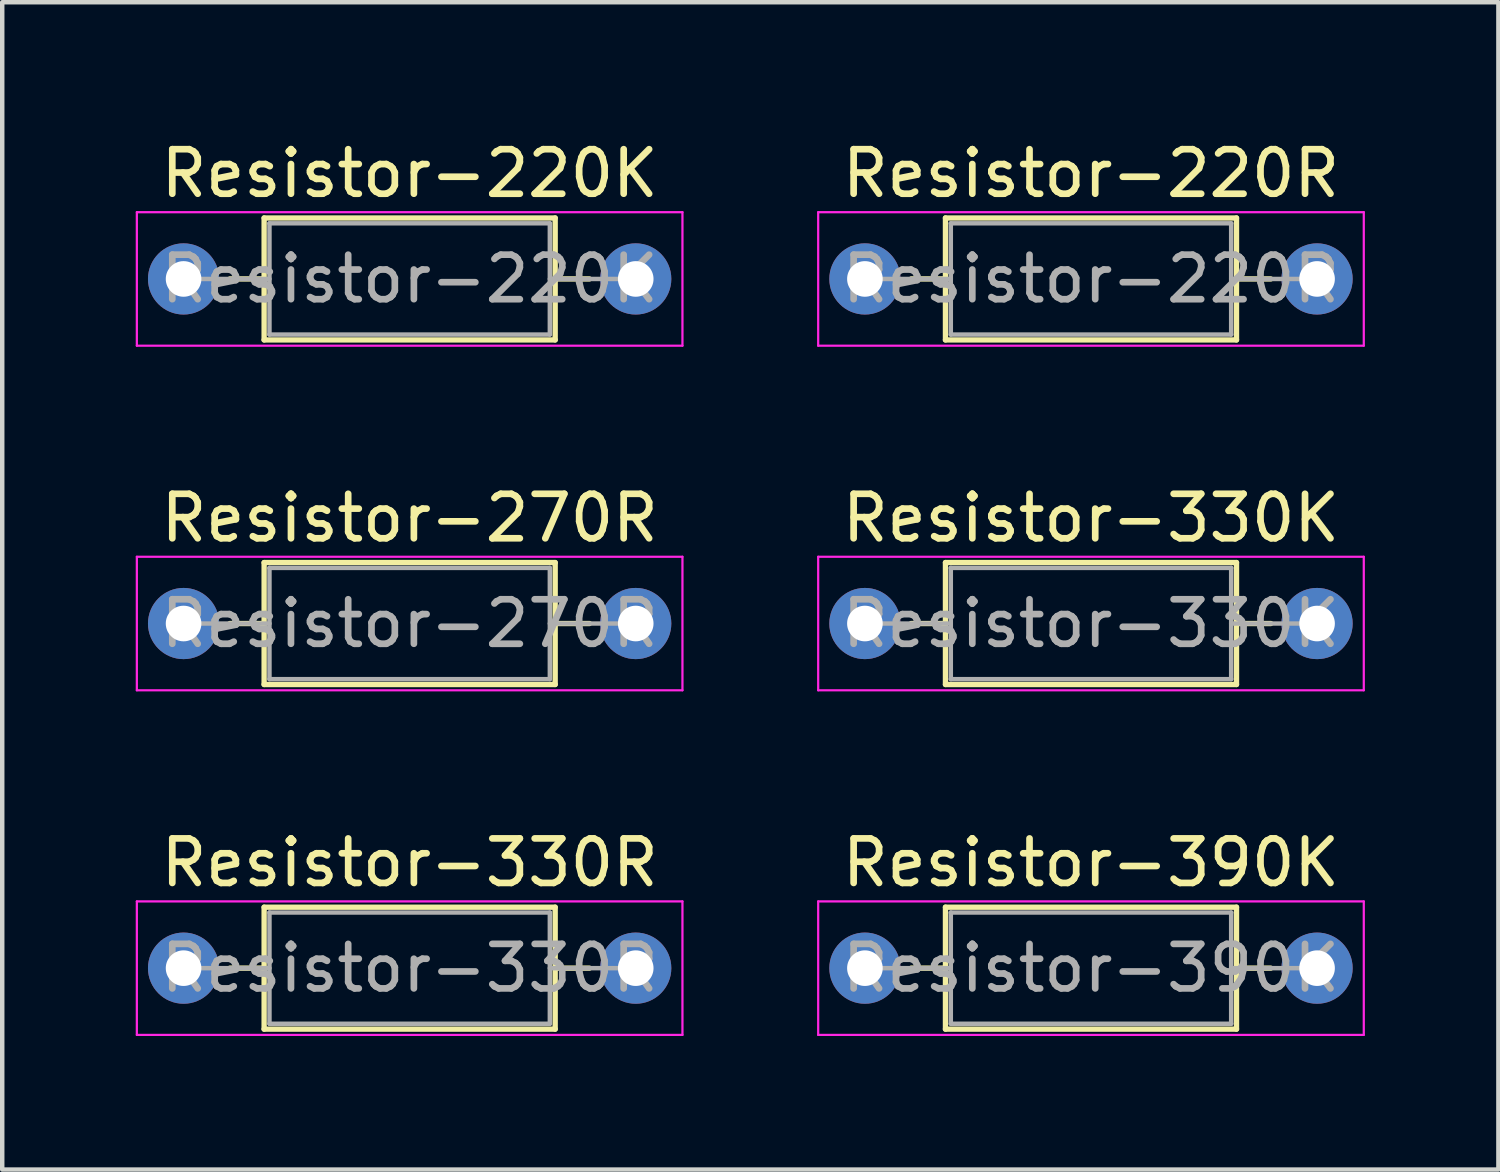
<source format=kicad_pcb>
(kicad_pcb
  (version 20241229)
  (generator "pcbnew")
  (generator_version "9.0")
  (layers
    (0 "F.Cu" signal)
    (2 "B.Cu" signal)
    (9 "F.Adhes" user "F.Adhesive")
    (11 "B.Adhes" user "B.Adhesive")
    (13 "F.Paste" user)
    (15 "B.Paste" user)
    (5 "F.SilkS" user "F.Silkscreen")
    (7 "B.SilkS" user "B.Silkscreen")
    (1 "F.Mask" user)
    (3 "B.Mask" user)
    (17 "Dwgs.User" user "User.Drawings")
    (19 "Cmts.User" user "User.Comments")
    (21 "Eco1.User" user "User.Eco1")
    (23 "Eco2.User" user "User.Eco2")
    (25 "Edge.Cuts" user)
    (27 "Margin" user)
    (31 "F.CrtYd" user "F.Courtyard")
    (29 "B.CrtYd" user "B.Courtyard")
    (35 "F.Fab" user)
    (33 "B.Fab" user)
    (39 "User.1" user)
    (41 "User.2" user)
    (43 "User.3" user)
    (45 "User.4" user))
  (footprint "Resistor-330R"
    (layer "F.Cu")
    (at 6.155 18.705)
    (property "Reference" "Resistor-330R" (at 0 -2.37 0) (layer "F.SilkS") (effects (font (size 1 1) (thickness 0.15))))
    (attr through_hole)
    (fp_line (start -4.04 0) (end -3.27 0) (stroke (width 0.12) (type solid)) (layer "F.SilkS"))
    (fp_line (start -3.27 -1.37) (end -3.27 1.37) (stroke (width 0.12) (type solid)) (layer "F.SilkS"))
    (fp_line (start -3.27 1.37) (end 3.27 1.37) (stroke (width 0.12) (type solid)) (layer "F.SilkS"))
    (fp_line (start 3.27 -1.37) (end -3.27 -1.37) (stroke (width 0.12) (type solid)) (layer "F.SilkS"))
    (fp_line (start 3.27 1.37) (end 3.27 -1.37) (stroke (width 0.12) (type solid)) (layer "F.SilkS"))
    (fp_line (start 4.04 0) (end 3.27 0) (stroke (width 0.12) (type solid)) (layer "F.SilkS"))
    (fp_line (start -6.13 -1.5) (end -6.13 1.5) (stroke (width 0.05) (type solid)) (layer "F.CrtYd"))
    (fp_line (start -6.13 1.5) (end 6.13 1.5) (stroke (width 0.05) (type solid)) (layer "F.CrtYd"))
    (fp_line (start 6.13 -1.5) (end -6.13 -1.5) (stroke (width 0.05) (type solid)) (layer "F.CrtYd"))
    (fp_line (start 6.13 1.5) (end 6.13 -1.5) (stroke (width 0.05) (type solid)) (layer "F.CrtYd"))
    (fp_line (start -5.08 0) (end -3.15 0) (stroke (width 0.1) (type solid)) (layer "F.Fab"))
    (fp_line (start -3.15 -1.25) (end -3.15 1.25) (stroke (width 0.1) (type solid)) (layer "F.Fab"))
    (fp_line (start -3.15 1.25) (end 3.15 1.25) (stroke (width 0.1) (type solid)) (layer "F.Fab"))
    (fp_line (start 3.15 -1.25) (end -3.15 -1.25) (stroke (width 0.1) (type solid)) (layer "F.Fab"))
    (fp_line (start 3.15 1.25) (end 3.15 -1.25) (stroke (width 0.1) (type solid)) (layer "F.Fab"))
    (fp_line (start 5.08 0) (end 3.15 0) (stroke (width 0.1) (type solid)) (layer "F.Fab"))
    (fp_text user "${REFERENCE}" (at 0 0 0) (layer "F.Fab") (effects (font (size 1 1) (thickness 0.15))))
    (pad "1" thru_hole circle (at -5.08 0) (size 1.6 1.6) (drill 0.8) (layers "*.Cu" "*.Mask"))
    (pad "2" thru_hole oval (at 5.08 0) (size 1.6 1.6) (drill 0.8) (layers "*.Cu" "*.Mask")))
  (footprint "Resistor-220K"
    (layer "F.Cu")
    (at 6.155 3.218)
    (property "Reference" "Resistor-220K" (at 0 -2.37 0) (layer "F.SilkS") (effects (font (size 1 1) (thickness 0.15))))
    (attr through_hole)
    (fp_line (start -4.04 0) (end -3.27 0) (stroke (width 0.12) (type solid)) (layer "F.SilkS"))
    (fp_line (start -3.27 -1.37) (end -3.27 1.37) (stroke (width 0.12) (type solid)) (layer "F.SilkS"))
    (fp_line (start -3.27 1.37) (end 3.27 1.37) (stroke (width 0.12) (type solid)) (layer "F.SilkS"))
    (fp_line (start 3.27 -1.37) (end -3.27 -1.37) (stroke (width 0.12) (type solid)) (layer "F.SilkS"))
    (fp_line (start 3.27 1.37) (end 3.27 -1.37) (stroke (width 0.12) (type solid)) (layer "F.SilkS"))
    (fp_line (start 4.04 0) (end 3.27 0) (stroke (width 0.12) (type solid)) (layer "F.SilkS"))
    (fp_line (start -6.13 -1.5) (end -6.13 1.5) (stroke (width 0.05) (type solid)) (layer "F.CrtYd"))
    (fp_line (start -6.13 1.5) (end 6.13 1.5) (stroke (width 0.05) (type solid)) (layer "F.CrtYd"))
    (fp_line (start 6.13 -1.5) (end -6.13 -1.5) (stroke (width 0.05) (type solid)) (layer "F.CrtYd"))
    (fp_line (start 6.13 1.5) (end 6.13 -1.5) (stroke (width 0.05) (type solid)) (layer "F.CrtYd"))
    (fp_line (start -5.08 0) (end -3.15 0) (stroke (width 0.1) (type solid)) (layer "F.Fab"))
    (fp_line (start -3.15 -1.25) (end -3.15 1.25) (stroke (width 0.1) (type solid)) (layer "F.Fab"))
    (fp_line (start -3.15 1.25) (end 3.15 1.25) (stroke (width 0.1) (type solid)) (layer "F.Fab"))
    (fp_line (start 3.15 -1.25) (end -3.15 -1.25) (stroke (width 0.1) (type solid)) (layer "F.Fab"))
    (fp_line (start 3.15 1.25) (end 3.15 -1.25) (stroke (width 0.1) (type solid)) (layer "F.Fab"))
    (fp_line (start 5.08 0) (end 3.15 0) (stroke (width 0.1) (type solid)) (layer "F.Fab"))
    (fp_text user "${REFERENCE}" (at 0 0 0) (layer "F.Fab") (effects (font (size 1 1) (thickness 0.15))))
    (pad "1" thru_hole circle (at -5.08 0) (size 1.6 1.6) (drill 0.8) (layers "*.Cu" "*.Mask"))
    (pad "2" thru_hole oval (at 5.08 0) (size 1.6 1.6) (drill 0.8) (layers "*.Cu" "*.Mask")))
  (footprint "Resistor-270R"
    (layer "F.Cu")
    (at 6.155 10.961)
    (property "Reference" "Resistor-270R" (at 0 -2.37 0) (layer "F.SilkS") (effects (font (size 1 1) (thickness 0.15))))
    (attr through_hole)
    (fp_line (start -4.04 0) (end -3.27 0) (stroke (width 0.12) (type solid)) (layer "F.SilkS"))
    (fp_line (start -3.27 -1.37) (end -3.27 1.37) (stroke (width 0.12) (type solid)) (layer "F.SilkS"))
    (fp_line (start -3.27 1.37) (end 3.27 1.37) (stroke (width 0.12) (type solid)) (layer "F.SilkS"))
    (fp_line (start 3.27 -1.37) (end -3.27 -1.37) (stroke (width 0.12) (type solid)) (layer "F.SilkS"))
    (fp_line (start 3.27 1.37) (end 3.27 -1.37) (stroke (width 0.12) (type solid)) (layer "F.SilkS"))
    (fp_line (start 4.04 0) (end 3.27 0) (stroke (width 0.12) (type solid)) (layer "F.SilkS"))
    (fp_line (start -6.13 -1.5) (end -6.13 1.5) (stroke (width 0.05) (type solid)) (layer "F.CrtYd"))
    (fp_line (start -6.13 1.5) (end 6.13 1.5) (stroke (width 0.05) (type solid)) (layer "F.CrtYd"))
    (fp_line (start 6.13 -1.5) (end -6.13 -1.5) (stroke (width 0.05) (type solid)) (layer "F.CrtYd"))
    (fp_line (start 6.13 1.5) (end 6.13 -1.5) (stroke (width 0.05) (type solid)) (layer "F.CrtYd"))
    (fp_line (start -5.08 0) (end -3.15 0) (stroke (width 0.1) (type solid)) (layer "F.Fab"))
    (fp_line (start -3.15 -1.25) (end -3.15 1.25) (stroke (width 0.1) (type solid)) (layer "F.Fab"))
    (fp_line (start -3.15 1.25) (end 3.15 1.25) (stroke (width 0.1) (type solid)) (layer "F.Fab"))
    (fp_line (start 3.15 -1.25) (end -3.15 -1.25) (stroke (width 0.1) (type solid)) (layer "F.Fab"))
    (fp_line (start 3.15 1.25) (end 3.15 -1.25) (stroke (width 0.1) (type solid)) (layer "F.Fab"))
    (fp_line (start 5.08 0) (end 3.15 0) (stroke (width 0.1) (type solid)) (layer "F.Fab"))
    (fp_text user "${REFERENCE}" (at 0 0 0) (layer "F.Fab") (effects (font (size 1 1) (thickness 0.15))))
    (pad "1" thru_hole circle (at -5.08 0) (size 1.6 1.6) (drill 0.8) (layers "*.Cu" "*.Mask"))
    (pad "2" thru_hole oval (at 5.08 0) (size 1.6 1.6) (drill 0.8) (layers "*.Cu" "*.Mask")))
  (footprint "Resistor-390K"
    (layer "F.Cu")
    (at 21.465 18.705)
    (property "Reference" "Resistor-390K" (at 0 -2.37 0) (layer "F.SilkS") (effects (font (size 1 1) (thickness 0.15))))
    (attr through_hole)
    (fp_line (start -4.04 0) (end -3.27 0) (stroke (width 0.12) (type solid)) (layer "F.SilkS"))
    (fp_line (start -3.27 -1.37) (end -3.27 1.37) (stroke (width 0.12) (type solid)) (layer "F.SilkS"))
    (fp_line (start -3.27 1.37) (end 3.27 1.37) (stroke (width 0.12) (type solid)) (layer "F.SilkS"))
    (fp_line (start 3.27 -1.37) (end -3.27 -1.37) (stroke (width 0.12) (type solid)) (layer "F.SilkS"))
    (fp_line (start 3.27 1.37) (end 3.27 -1.37) (stroke (width 0.12) (type solid)) (layer "F.SilkS"))
    (fp_line (start 4.04 0) (end 3.27 0) (stroke (width 0.12) (type solid)) (layer "F.SilkS"))
    (fp_line (start -6.13 -1.5) (end -6.13 1.5) (stroke (width 0.05) (type solid)) (layer "F.CrtYd"))
    (fp_line (start -6.13 1.5) (end 6.13 1.5) (stroke (width 0.05) (type solid)) (layer "F.CrtYd"))
    (fp_line (start 6.13 -1.5) (end -6.13 -1.5) (stroke (width 0.05) (type solid)) (layer "F.CrtYd"))
    (fp_line (start 6.13 1.5) (end 6.13 -1.5) (stroke (width 0.05) (type solid)) (layer "F.CrtYd"))
    (fp_line (start -5.08 0) (end -3.15 0) (stroke (width 0.1) (type solid)) (layer "F.Fab"))
    (fp_line (start -3.15 -1.25) (end -3.15 1.25) (stroke (width 0.1) (type solid)) (layer "F.Fab"))
    (fp_line (start -3.15 1.25) (end 3.15 1.25) (stroke (width 0.1) (type solid)) (layer "F.Fab"))
    (fp_line (start 3.15 -1.25) (end -3.15 -1.25) (stroke (width 0.1) (type solid)) (layer "F.Fab"))
    (fp_line (start 3.15 1.25) (end 3.15 -1.25) (stroke (width 0.1) (type solid)) (layer "F.Fab"))
    (fp_line (start 5.08 0) (end 3.15 0) (stroke (width 0.1) (type solid)) (layer "F.Fab"))
    (fp_text user "${REFERENCE}" (at 0 0 0) (layer "F.Fab") (effects (font (size 1 1) (thickness 0.15))))
    (pad "1" thru_hole circle (at -5.08 0) (size 1.6 1.6) (drill 0.8) (layers "*.Cu" "*.Mask"))
    (pad "2" thru_hole oval (at 5.08 0) (size 1.6 1.6) (drill 0.8) (layers "*.Cu" "*.Mask")))
  (footprint "Resistor-220R"
    (layer "F.Cu")
    (at 21.465 3.218)
    (property "Reference" "Resistor-220R" (at 0 -2.37 0) (layer "F.SilkS") (effects (font (size 1 1) (thickness 0.15))))
    (attr through_hole)
    (fp_line (start -4.04 0) (end -3.27 0) (stroke (width 0.12) (type solid)) (layer "F.SilkS"))
    (fp_line (start -3.27 -1.37) (end -3.27 1.37) (stroke (width 0.12) (type solid)) (layer "F.SilkS"))
    (fp_line (start -3.27 1.37) (end 3.27 1.37) (stroke (width 0.12) (type solid)) (layer "F.SilkS"))
    (fp_line (start 3.27 -1.37) (end -3.27 -1.37) (stroke (width 0.12) (type solid)) (layer "F.SilkS"))
    (fp_line (start 3.27 1.37) (end 3.27 -1.37) (stroke (width 0.12) (type solid)) (layer "F.SilkS"))
    (fp_line (start 4.04 0) (end 3.27 0) (stroke (width 0.12) (type solid)) (layer "F.SilkS"))
    (fp_line (start -6.13 -1.5) (end -6.13 1.5) (stroke (width 0.05) (type solid)) (layer "F.CrtYd"))
    (fp_line (start -6.13 1.5) (end 6.13 1.5) (stroke (width 0.05) (type solid)) (layer "F.CrtYd"))
    (fp_line (start 6.13 -1.5) (end -6.13 -1.5) (stroke (width 0.05) (type solid)) (layer "F.CrtYd"))
    (fp_line (start 6.13 1.5) (end 6.13 -1.5) (stroke (width 0.05) (type solid)) (layer "F.CrtYd"))
    (fp_line (start -5.08 0) (end -3.15 0) (stroke (width 0.1) (type solid)) (layer "F.Fab"))
    (fp_line (start -3.15 -1.25) (end -3.15 1.25) (stroke (width 0.1) (type solid)) (layer "F.Fab"))
    (fp_line (start -3.15 1.25) (end 3.15 1.25) (stroke (width 0.1) (type solid)) (layer "F.Fab"))
    (fp_line (start 3.15 -1.25) (end -3.15 -1.25) (stroke (width 0.1) (type solid)) (layer "F.Fab"))
    (fp_line (start 3.15 1.25) (end 3.15 -1.25) (stroke (width 0.1) (type solid)) (layer "F.Fab"))
    (fp_line (start 5.08 0) (end 3.15 0) (stroke (width 0.1) (type solid)) (layer "F.Fab"))
    (fp_text user "${REFERENCE}" (at 0 0 0) (layer "F.Fab") (effects (font (size 1 1) (thickness 0.15))))
    (pad "1" thru_hole circle (at -5.08 0) (size 1.6 1.6) (drill 0.8) (layers "*.Cu" "*.Mask"))
    (pad "2" thru_hole oval (at 5.08 0) (size 1.6 1.6) (drill 0.8) (layers "*.Cu" "*.Mask")))
  (footprint "Resistor-330K"
    (layer "F.Cu")
    (at 21.465 10.961)
    (property "Reference" "Resistor-330K" (at 0 -2.37 0) (layer "F.SilkS") (effects (font (size 1 1) (thickness 0.15))))
    (attr through_hole)
    (fp_line (start -4.04 0) (end -3.27 0) (stroke (width 0.12) (type solid)) (layer "F.SilkS"))
    (fp_line (start -3.27 -1.37) (end -3.27 1.37) (stroke (width 0.12) (type solid)) (layer "F.SilkS"))
    (fp_line (start -3.27 1.37) (end 3.27 1.37) (stroke (width 0.12) (type solid)) (layer "F.SilkS"))
    (fp_line (start 3.27 -1.37) (end -3.27 -1.37) (stroke (width 0.12) (type solid)) (layer "F.SilkS"))
    (fp_line (start 3.27 1.37) (end 3.27 -1.37) (stroke (width 0.12) (type solid)) (layer "F.SilkS"))
    (fp_line (start 4.04 0) (end 3.27 0) (stroke (width 0.12) (type solid)) (layer "F.SilkS"))
    (fp_line (start -6.13 -1.5) (end -6.13 1.5) (stroke (width 0.05) (type solid)) (layer "F.CrtYd"))
    (fp_line (start -6.13 1.5) (end 6.13 1.5) (stroke (width 0.05) (type solid)) (layer "F.CrtYd"))
    (fp_line (start 6.13 -1.5) (end -6.13 -1.5) (stroke (width 0.05) (type solid)) (layer "F.CrtYd"))
    (fp_line (start 6.13 1.5) (end 6.13 -1.5) (stroke (width 0.05) (type solid)) (layer "F.CrtYd"))
    (fp_line (start -5.08 0) (end -3.15 0) (stroke (width 0.1) (type solid)) (layer "F.Fab"))
    (fp_line (start -3.15 -1.25) (end -3.15 1.25) (stroke (width 0.1) (type solid)) (layer "F.Fab"))
    (fp_line (start -3.15 1.25) (end 3.15 1.25) (stroke (width 0.1) (type solid)) (layer "F.Fab"))
    (fp_line (start 3.15 -1.25) (end -3.15 -1.25) (stroke (width 0.1) (type solid)) (layer "F.Fab"))
    (fp_line (start 3.15 1.25) (end 3.15 -1.25) (stroke (width 0.1) (type solid)) (layer "F.Fab"))
    (fp_line (start 5.08 0) (end 3.15 0) (stroke (width 0.1) (type solid)) (layer "F.Fab"))
    (fp_text user "${REFERENCE}" (at 0 0 0) (layer "F.Fab") (effects (font (size 1 1) (thickness 0.15))))
    (pad "1" thru_hole circle (at -5.08 0) (size 1.6 1.6) (drill 0.8) (layers "*.Cu" "*.Mask"))
    (pad "2" thru_hole oval (at 5.08 0) (size 1.6 1.6) (drill 0.8) (layers "*.Cu" "*.Mask")))
  (gr_rect
    (start -3 -3)
    (end 30.62 23.23)
    (stroke (width 0.1) (type default))
    (fill no)
    (layer "Edge.Cuts")))
</source>
